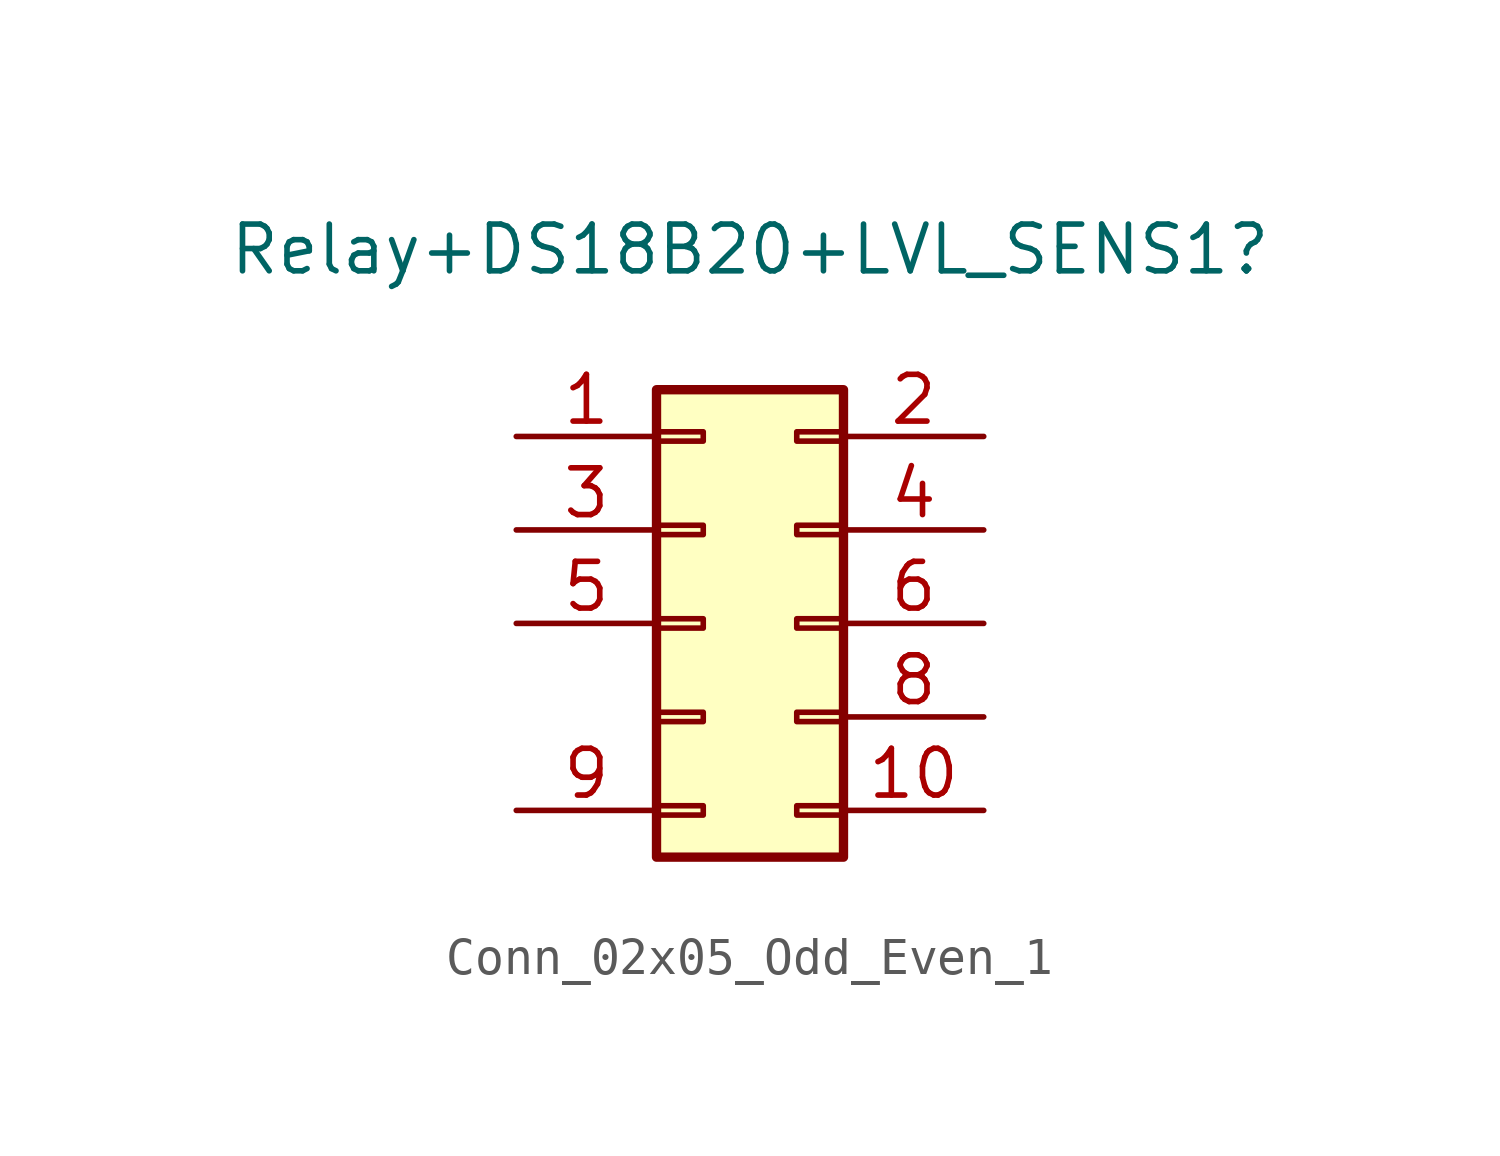
<source format=kicad_sym>
(kicad_symbol_lib
  (version 20211014)
  (generator kicad_symbol_editor)
  (symbol "Conn_02x05_Odd_Even_1"
    (pin_names
      (offset 1.016) hide)
    (property "Reference" "Relay+DS18B20+LVL_SENS1"
      (at 1.27 10.16 0)
      (effects (font (size 1.27 1.27))))
    (symbol "Conn_02x05_Odd_Even_1_1_1"
      (rectangle (start -1.27 -4.953) (end 0 -5.207) (stroke (width 0.152) (type default) (color 0 0 0 0)) (fill (type none)))
      (rectangle (start -1.27 -2.413) (end 0 -2.667) (stroke (width 0.152) (type default) (color 0 0 0 0)) (fill (type none)))
      (rectangle (start -1.27 0.127) (end 0 -0.127) (stroke (width 0.152) (type default) (color 0 0 0 0)) (fill (type none)))
      (rectangle (start -1.27 2.667) (end 0 2.413) (stroke (width 0.152) (type default) (color 0 0 0 0)) (fill (type none)))
      (rectangle (start -1.27 5.207) (end 0 4.953) (stroke (width 0.152) (type default) (color 0 0 0 0)) (fill (type none)))
      (rectangle (start -1.27 6.35) (end 3.81 -6.35) (stroke (width 0.254) (type default) (color 0 0 0 0)) (fill (type background)))
      (rectangle (start 3.81 -4.953) (end 2.54 -5.207) (stroke (width 0.152) (type default) (color 0 0 0 0)) (fill (type none)))
      (rectangle (start 3.81 -2.413) (end 2.54 -2.667) (stroke (width 0.152) (type default) (color 0 0 0 0)) (fill (type none)))
      (rectangle (start 3.81 0.127) (end 2.54 -0.127) (stroke (width 0.152) (type default) (color 0 0 0 0)) (fill (type none)))
      (rectangle (start 3.81 2.667) (end 2.54 2.413) (stroke (width 0.152) (type default) (color 0 0 0 0)) (fill (type none)))
      (rectangle (start 3.81 5.207) (end 2.54 4.953) (stroke (width 0.152) (type default) (color 0 0 0 0)) (fill (type none)))
      (pin passive line (at -5.08 5.08 0) (length 3.81) (name "Pin_1" (effects (font (size 1.27 1.27)))) (number "1" (effects (font (size 1.27 1.27)))))
      (pin passive line (at 7.62 -5.08 180) (length 3.81) (name "Pin_10" (effects (font (size 1.27 1.27)))) (number "10" (effects (font (size 1.27 1.27)))))
      (pin passive line (at 7.62 5.08 180) (length 3.81) (name "Pin_2" (effects (font (size 1.27 1.27)))) (number "2" (effects (font (size 1.27 1.27)))))
      (pin passive line (at -5.08 2.54 0) (length 3.81) (name "Pin_3" (effects (font (size 1.27 1.27)))) (number "3" (effects (font (size 1.27 1.27)))))
      (pin passive line (at 7.62 2.54 180) (length 3.81) (name "Pin_4" (effects (font (size 1.27 1.27)))) (number "4" (effects (font (size 1.27 1.27)))))
      (pin passive line (at -5.08 0 0) (length 3.81) (name "Pin_5" (effects (font (size 1.27 1.27)))) (number "5" (effects (font (size 1.27 1.27)))))
      (pin passive line (at 7.62 0 180) (length 3.81) (name "Pin_6" (effects (font (size 1.27 1.27)))) (number "6" (effects (font (size 1.27 1.27)))))
      (pin passive line (at 7.62 -2.54 180) (length 3.81) (name "Pin_8" (effects (font (size 1.27 1.27)))) (number "8" (effects (font (size 1.27 1.27)))))
      (pin passive line (at -5.08 -5.08 0) (length 3.81) (name "Pin_9" (effects (font (size 1.27 1.27)))) (number "9" (effects (font (size 1.27 1.27))))))))
</source>
